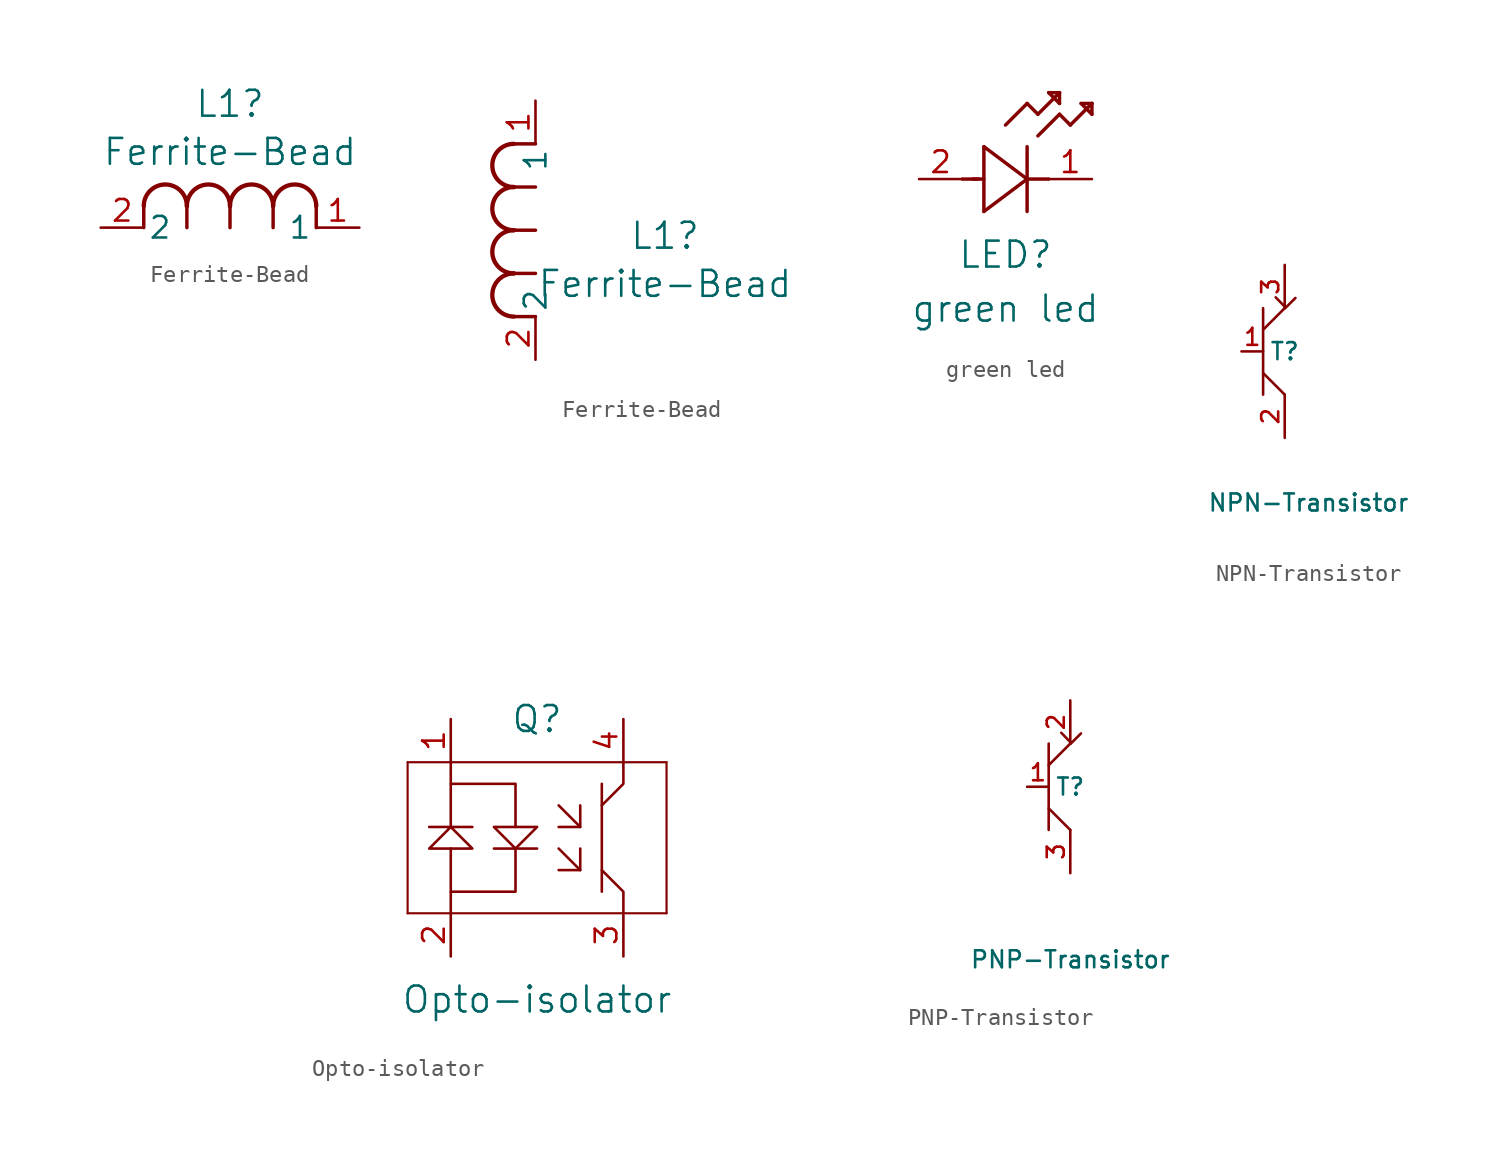
<source format=kicad_sym>
(kicad_symbol_lib
  (version 20231120)
  (generator "kicad_symbol_editor")
  (generator_version "8.0")
  (symbol "Ferrite-Bead"
    (pin_names
      (offset 0.254))
    (property "Reference" "L1"
      (at 7.62 7.292 0)
      (effects (font (size 1.524 1.524))))
    (property "Value" "Ferrite-Bead"
      (at 7.62 4.459 0)
      (effects (font (size 1.524 1.524))))
    (property "ki_locked" ""
      (at 0 0 0)
      (effects (font (size 1.27 1.27))))
    (symbol "Ferrite-Bead_1_1"
      (polyline (pts (xy 2.54 0) (xy 2.54 1.27)) (stroke (width 0.203) (type default)) (fill (type none)))
      (polyline (pts (xy 5.08 0) (xy 5.08 1.27)) (stroke (width 0.203) (type default)) (fill (type none)))
      (polyline (pts (xy 7.62 0) (xy 7.62 1.27)) (stroke (width 0.203) (type default)) (fill (type none)))
      (polyline (pts (xy 10.16 0) (xy 10.16 1.27)) (stroke (width 0.203) (type default)) (fill (type none)))
      (polyline (pts (xy 12.7 0) (xy 12.7 1.27)) (stroke (width 0.203) (type default)) (fill (type none)))
      (arc (start 5.08 1.27) (mid 3.81 2.5345) (end 2.54 1.27) (stroke (width 0.254) (type default)) (fill (type none)))
      (arc (start 7.62 1.27) (mid 6.35 2.5345) (end 5.08 1.27) (stroke (width 0.254) (type default)) (fill (type none)))
      (arc (start 10.16 1.27) (mid 8.89 2.5345) (end 7.62 1.27) (stroke (width 0.254) (type default)) (fill (type none)))
      (arc (start 12.7 1.27) (mid 11.43 2.5345) (end 10.16 1.27) (stroke (width 0.254) (type default)) (fill (type none)))
      (pin unspecified line (at 15.24 0 180) (length 2.54) (name "1" (effects (font (size 1.27 1.27)))) (number "1" (effects (font (size 1.27 1.27)))))
      (pin unspecified line (at 0 0 0) (length 2.54) (name "2" (effects (font (size 1.27 1.27)))) (number "2" (effects (font (size 1.27 1.27))))))
    (symbol "Ferrite-Bead_1_2"
      (arc (start -1.27 5.08) (mid -2.5345 3.81) (end -1.27 2.54) (stroke (width 0.254) (type default)) (fill (type none)))
      (arc (start -1.27 7.62) (mid -2.5345 6.35) (end -1.27 5.08) (stroke (width 0.254) (type default)) (fill (type none)))
      (arc (start -1.27 10.16) (mid -2.5345 8.89) (end -1.27 7.62) (stroke (width 0.254) (type default)) (fill (type none)))
      (arc (start -1.27 12.7) (mid -2.5345 11.43) (end -1.27 10.16) (stroke (width 0.254) (type default)) (fill (type none)))
      (polyline (pts (xy 0 2.54) (xy -1.27 2.54)) (stroke (width 0.203) (type default)) (fill (type none)))
      (polyline (pts (xy 0 5.08) (xy -1.27 5.08)) (stroke (width 0.203) (type default)) (fill (type none)))
      (polyline (pts (xy 0 7.62) (xy -1.27 7.62)) (stroke (width 0.203) (type default)) (fill (type none)))
      (polyline (pts (xy 0 10.16) (xy -1.27 10.16)) (stroke (width 0.203) (type default)) (fill (type none)))
      (polyline (pts (xy 0 12.7) (xy -1.27 12.7)) (stroke (width 0.203) (type default)) (fill (type none)))
      (pin unspecified line (at 0 15.24 270) (length 2.54) (name "1" (effects (font (size 1.27 1.27)))) (number "1" (effects (font (size 1.27 1.27)))))
      (pin unspecified line (at 0 0 90) (length 2.54) (name "2" (effects (font (size 1.27 1.27)))) (number "2" (effects (font (size 1.27 1.27)))))))
  (symbol "green led"
    (pin_names
      (offset 0.254))
    (property "Reference" "LED"
      (at 5.08 -4.445 0)
      (effects (font (size 1.524 1.524))))
    (property "Value" "green led"
      (at 5.08 -7.62 0)
      (effects (font (size 1.524 1.524))))
    (property "ki_locked" ""
      (at 0 0 0)
      (effects (font (size 1.27 1.27))))
    (symbol "green led_0_1"
      (polyline (pts (xy 2.54 0) (xy 3.48 0)) (stroke (width 0.203) (type default)) (fill (type none)))
      (polyline (pts (xy 3.175 0) (xy 3.81 0)) (stroke (width 0.203) (type default)) (fill (type none)))
      (polyline (pts (xy 3.81 -1.905) (xy 6.35 0)) (stroke (width 0.203) (type default)) (fill (type none)))
      (polyline (pts (xy 3.81 1.905) (xy 3.81 -1.905)) (stroke (width 0.203) (type default)) (fill (type none)))
      (polyline (pts (xy 5.08 3.175) (xy 6.35 4.445)) (stroke (width 0.203) (type default)) (fill (type none)))
      (polyline (pts (xy 6.35 -1.905) (xy 6.35 1.905)) (stroke (width 0.203) (type default)) (fill (type none)))
      (polyline (pts (xy 6.35 0) (xy 3.81 1.905)) (stroke (width 0.203) (type default)) (fill (type none)))
      (polyline (pts (xy 6.35 0) (xy 7.62 0)) (stroke (width 0.203) (type default)) (fill (type none)))
      (polyline (pts (xy 6.35 4.445) (xy 6.985 3.81)) (stroke (width 0.203) (type default)) (fill (type none)))
      (polyline (pts (xy 6.985 2.54) (xy 8.255 3.81)) (stroke (width 0.203) (type default)) (fill (type none)))
      (polyline (pts (xy 6.985 3.81) (xy 8.255 5.08)) (stroke (width 0.203) (type default)) (fill (type none)))
      (polyline (pts (xy 7.62 5.08) (xy 8.255 4.445)) (stroke (width 0.203) (type default)) (fill (type none)))
      (polyline (pts (xy 8.255 3.81) (xy 8.89 3.175)) (stroke (width 0.203) (type default)) (fill (type none)))
      (polyline (pts (xy 8.255 4.445) (xy 8.255 5.08)) (stroke (width 0.203) (type default)) (fill (type none)))
      (polyline (pts (xy 8.255 5.08) (xy 7.62 5.08)) (stroke (width 0.203) (type default)) (fill (type none)))
      (polyline (pts (xy 8.89 3.175) (xy 10.16 4.445)) (stroke (width 0.203) (type default)) (fill (type none)))
      (polyline (pts (xy 9.525 4.445) (xy 10.16 3.81)) (stroke (width 0.203) (type default)) (fill (type none)))
      (polyline (pts (xy 10.16 3.81) (xy 10.16 4.445)) (stroke (width 0.203) (type default)) (fill (type none)))
      (polyline (pts (xy 10.16 4.445) (xy 9.525 4.445)) (stroke (width 0.203) (type default)) (fill (type none)))
      (pin unspecified line (at 10.16 0 180) (length 2.54) (name "" (effects (font (size 1.27 1.27)))) (number "1" (effects (font (size 1.27 1.27)))))
      (pin unspecified line (at 0 0 0) (length 2.54) (name "" (effects (font (size 1.27 1.27)))) (number "2" (effects (font (size 1.27 1.27)))))))
  (symbol "NPN-Transistor"
    (pin_names
      (offset 1.016))
    (property "Reference" "T"
      (at 5.08 -22.86 0)
      (effects (font (size 1 1))))
    (property "Value" "NPN-Transistor"
      (at 6.477 -31.75 0)
      (effects (font (size 1 1))))
    (property "Datasheet" ""
      (at 2.667 -8.89 0)
      (effects (font (size 1.524 1.524))))
    (symbol "NPN-Transistor_0_1"
      (polyline (pts (xy 3.81 -24.13) (xy 5.08 -25.4)) (stroke (width 0) (type default)) (fill (type none)))
      (polyline (pts (xy 3.81 -21.59) (xy 5.08 -20.32)) (stroke (width 0) (type default)) (fill (type none)))
      (polyline (pts (xy 3.81 -20.32) (xy 3.81 -25.4)) (stroke (width 0) (type default)) (fill (type none)))
      (polyline (pts (xy 5.11 -20.26) (xy 4.551 -19.685)) (stroke (width 0) (type default)) (fill (type none))))
    (symbol "NPN-Transistor_1_1"
      (polyline (pts (xy 5.115 -20.314) (xy 5.708 -19.722)) (stroke (width 0) (type default)) (fill (type none)))
      (pin input line (at 2.54 -22.86 0) (length 1.27) (name "" (effects (font (size 1 1)))) (number "1" (effects (font (size 1 1)))))
      (pin output line (at 5.08 -27.94 90) (length 2.54) (name "" (effects (font (size 1 1)))) (number "2" (effects (font (size 1 1)))))
      (pin output line (at 5.08 -17.78 270) (length 2.54) (name "" (effects (font (size 1 1)))) (number "3" (effects (font (size 1 1)))))))
  (symbol "Opto-isolator"
    (pin_names
      (offset 0))
    (property "Reference" "Q"
      (at 24.13 3.81 0)
      (effects (font (size 1.524 1.524))))
    (property "Value" "Opto-isolator"
      (at 24.13 -12.7 0)
      (effects (font (size 1.524 1.524))))
    (property "Datasheet" ""
      (at 0 0 0)
      (effects (font (size 1.524 1.524))))
    (symbol "Opto-isolator_0_1"
      (polyline (pts (xy 19.05 -3.81) (xy 19.05 -7.62)) (stroke (width 0) (type default)) (fill (type none)))
      (polyline (pts (xy 19.05 -2.54) (xy 19.05 1.27)) (stroke (width 0) (type default)) (fill (type none)))
      (polyline (pts (xy 21.59 -3.81) (xy 24.13 -3.81)) (stroke (width 0) (type default)) (fill (type none)))
      (polyline (pts (xy 25.4 -3.81) (xy 26.67 -5.08)) (stroke (width 0) (type default)) (fill (type none)))
      (polyline (pts (xy 25.4 -1.27) (xy 26.67 -2.54)) (stroke (width 0) (type default)) (fill (type none)))
      (polyline (pts (xy 27.94 -5.08) (xy 27.94 -6.35)) (stroke (width 0) (type default)) (fill (type none)))
      (polyline (pts (xy 27.94 -1.27) (xy 27.94 0)) (stroke (width 0) (type default)) (fill (type none)))
      (polyline (pts (xy 19.05 -6.35) (xy 22.86 -6.35) (xy 22.86 -3.81)) (stroke (width 0) (type default)) (fill (type none)))
      (polyline (pts (xy 22.86 -2.54) (xy 22.86 0) (xy 19.05 0)) (stroke (width 0) (type default)) (fill (type none)))
      (polyline (pts (xy 21.59 -2.54) (xy 24.13 -2.54) (xy 22.86 -3.81) (xy 21.59 -2.54)) (stroke (width 0) (type default)) (fill (type none)))
      (polyline (pts (xy 26.67 -5.08) (xy 26.67 -3.81) (xy 26.67 -5.08) (xy 25.4 -5.08)) (stroke (width 0) (type default)) (fill (type none)))
      (polyline (pts (xy 26.67 -2.54) (xy 26.67 -1.27) (xy 26.67 -2.54) (xy 25.4 -2.54)) (stroke (width 0) (type default)) (fill (type none)))
      (polyline (pts (xy 19.05 -2.54) (xy 17.78 -3.81) (xy 20.32 -3.81) (xy 19.05 -2.54) (xy 17.78 -2.54) (xy 20.32 -2.54)) (stroke (width 0) (type default)) (fill (type none)))
      (polyline (pts (xy 29.21 1.27) (xy 29.21 0) (xy 27.94 -1.27) (xy 27.94 -5.08) (xy 29.21 -6.35) (xy 29.21 -7.62)) (stroke (width 0) (type default)) (fill (type none))))
    (symbol "Opto-isolator_1_1"
      (polyline (pts (xy 16.51 -7.62) (xy 31.75 -7.62)) (stroke (width 0.127) (type solid)) (fill (type none)))
      (polyline (pts (xy 16.51 1.27) (xy 16.51 -7.62)) (stroke (width 0.127) (type solid)) (fill (type none)))
      (polyline (pts (xy 31.75 -7.62) (xy 31.75 1.27)) (stroke (width 0.127) (type solid)) (fill (type none)))
      (polyline (pts (xy 31.75 1.27) (xy 16.51 1.27)) (stroke (width 0.127) (type solid)) (fill (type none)))
      (pin unspecified line (at 19.05 3.81 270) (length 2.54) (name "~" (effects (font (size 1.27 1.27)))) (number "1" (effects (font (size 1.27 1.27)))))
      (pin unspecified line (at 19.05 -10.16 90) (length 2.54) (name "~" (effects (font (size 1.27 1.27)))) (number "2" (effects (font (size 1.27 1.27)))))
      (pin unspecified line (at 29.21 -10.16 90) (length 2.54) (name "" (effects (font (size 1.27 1.27)))) (number "3" (effects (font (size 1.27 1.27)))))
      (pin unspecified line (at 29.21 3.81 270) (length 2.54) (name "" (effects (font (size 1.27 1.27)))) (number "4" (effects (font (size 1.27 1.27)))))))
  (symbol "PNP-Transistor"
    (pin_names
      (offset 1.016))
    (property "Reference" "T"
      (at 26.67 -2.54 0)
      (effects (font (size 1 1))))
    (property "Value" "PNP-Transistor"
      (at 26.67 -12.7 0)
      (effects (font (size 1 1))))
    (property "Datasheet" ""
      (at 12.827 -8.89 0)
      (effects (font (size 1.524 1.524))))
    (symbol "PNP-Transistor_0_1"
      (polyline (pts (xy 25.4 -3.81) (xy 26.67 -5.08)) (stroke (width 0) (type default)) (fill (type none)))
      (polyline (pts (xy 25.4 -1.27) (xy 26.67 0)) (stroke (width 0) (type default)) (fill (type none)))
      (polyline (pts (xy 25.4 0) (xy 25.4 -5.08)) (stroke (width 0) (type default)) (fill (type none)))
      (polyline (pts (xy 26.7 0.06) (xy 26.141 0.635)) (stroke (width 0) (type default)) (fill (type none))))
    (symbol "PNP-Transistor_1_1"
      (polyline (pts (xy 26.706 0.006) (xy 27.298 0.598)) (stroke (width 0) (type default)) (fill (type none)))
      (pin input line (at 24.13 -2.54 0) (length 1.27) (name "" (effects (font (size 1 1)))) (number "1" (effects (font (size 1 1)))))
      (pin output line (at 26.67 2.54 270) (length 2.54) (name "" (effects (font (size 1 1)))) (number "2" (effects (font (size 1 1)))))
      (pin output line (at 26.67 -7.62 90) (length 2.54) (name "" (effects (font (size 1 1)))) (number "3" (effects (font (size 1 1))))))))
</source>
